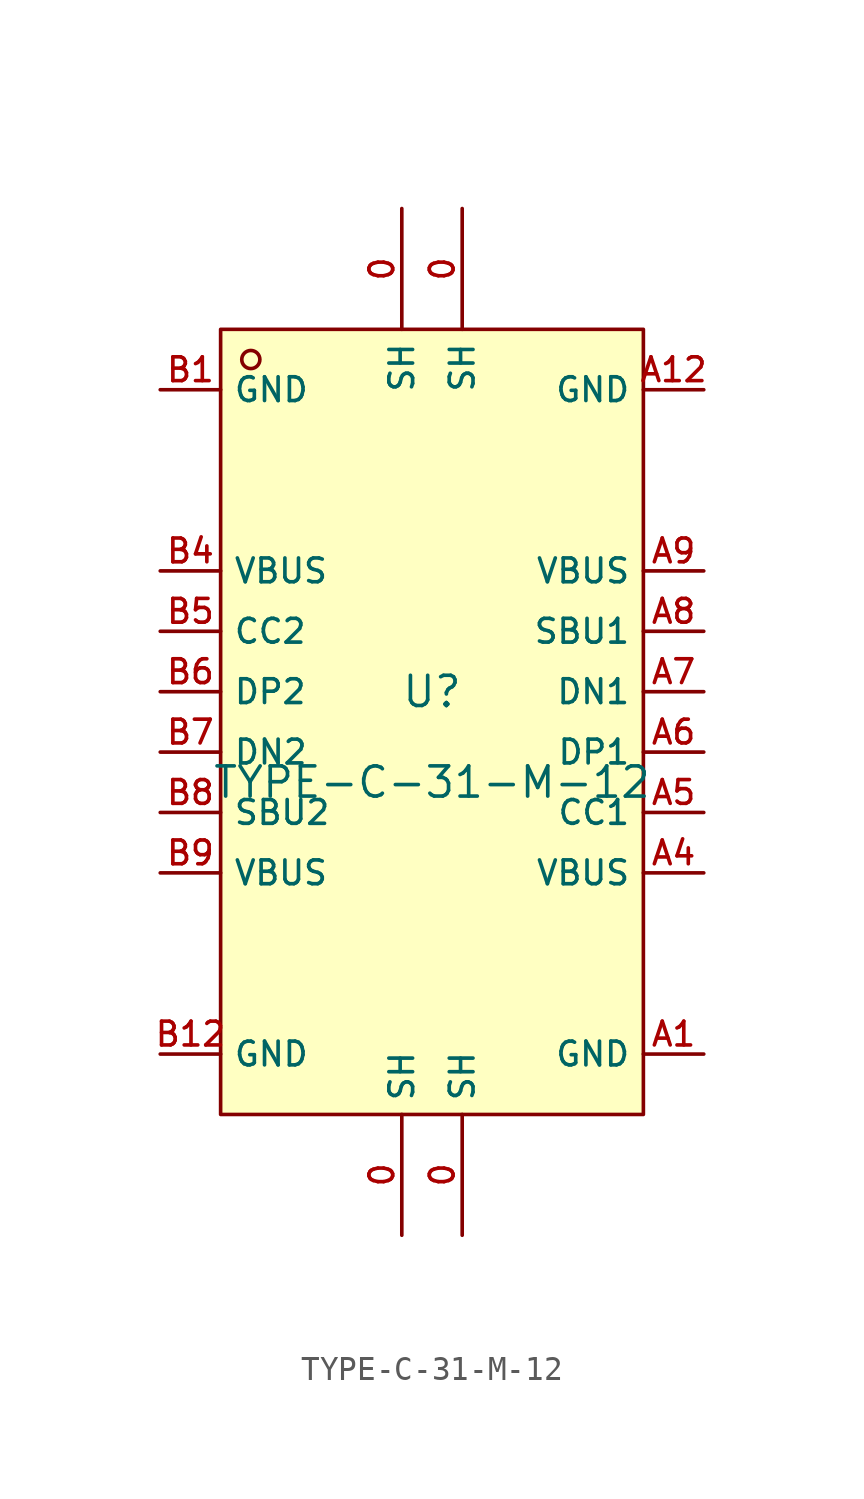
<source format=kicad_sym>
(kicad_symbol_lib
  (version 20210201)
  (generator TousstNicolas/JLC2KiCad_lib)
  (symbol "TYPE-C-31-M-12"
    (property "Reference" "U"
      (at 0 1.27 0)
      (effects (font (size 1.27 1.27))))
    (property "Value" "TYPE-C-31-M-12"
      (at 0 -2.54 0)
      (effects (font (size 1.27 1.27))))
    (symbol "TYPE-C-31-M-12_0_1"
      (rectangle (start -8.89 16.51) (end 8.89 -16.51) (stroke (width 0) (type default) (color 0 0 0 0)) (fill (type background)))
      (circle (center -7.62 15.24) (radius 0.381) (stroke (width 0) (type default) (color 0 0 0 0)) (fill (type background)))
      (pin unspecified line (at -11.43 13.97 0) (length 2.54) (name "GND" (effects (font (size 1 1)))) (number "B1" (effects (font (size 1 1)))))
      (pin unspecified line (at -11.43 6.35 0) (length 2.54) (name "VBUS" (effects (font (size 1 1)))) (number "B4" (effects (font (size 1 1)))))
      (pin unspecified line (at -11.43 3.81 0) (length 2.54) (name "CC2" (effects (font (size 1 1)))) (number "B5" (effects (font (size 1 1)))))
      (pin unspecified line (at -11.43 1.27 0) (length 2.54) (name "DP2" (effects (font (size 1 1)))) (number "B6" (effects (font (size 1 1)))))
      (pin unspecified line (at -11.43 -1.27 0) (length 2.54) (name "DN2" (effects (font (size 1 1)))) (number "B7" (effects (font (size 1 1)))))
      (pin unspecified line (at -11.43 -3.81 0) (length 2.54) (name "SBU2" (effects (font (size 1 1)))) (number "B8" (effects (font (size 1 1)))))
      (pin unspecified line (at -11.43 -6.35 0) (length 2.54) (name "VBUS" (effects (font (size 1 1)))) (number "B9" (effects (font (size 1 1)))))
      (pin unspecified line (at -11.43 -13.97 0) (length 2.54) (name "GND" (effects (font (size 1 1)))) (number "B12" (effects (font (size 1 1)))))
      (pin unspecified line (at -1.27 21.59 270) (length 5.08) (name "SH" (effects (font (size 1 1)))) (number "0" (effects (font (size 1 1)))))
      (pin unspecified line (at 1.27 21.59 270) (length 5.08) (name "SH" (effects (font (size 1 1)))) (number "0" (effects (font (size 1 1)))))
      (pin unspecified line (at -1.27 -21.59 90) (length 5.08) (name "SH" (effects (font (size 1 1)))) (number "0" (effects (font (size 1 1)))))
      (pin unspecified line (at 1.27 -21.59 90) (length 5.08) (name "SH" (effects (font (size 1 1)))) (number "0" (effects (font (size 1 1)))))
      (pin unspecified line (at 11.43 -13.97 180) (length 2.54) (name "GND" (effects (font (size 1 1)))) (number "A1" (effects (font (size 1 1)))))
      (pin unspecified line (at 11.43 -6.35 180) (length 2.54) (name "VBUS" (effects (font (size 1 1)))) (number "A4" (effects (font (size 1 1)))))
      (pin unspecified line (at 11.43 -3.81 180) (length 2.54) (name "CC1" (effects (font (size 1 1)))) (number "A5" (effects (font (size 1 1)))))
      (pin unspecified line (at 11.43 -1.27 180) (length 2.54) (name "DP1" (effects (font (size 1 1)))) (number "A6" (effects (font (size 1 1)))))
      (pin unspecified line (at 11.43 1.27 180) (length 2.54) (name "DN1" (effects (font (size 1 1)))) (number "A7" (effects (font (size 1 1)))))
      (pin unspecified line (at 11.43 3.81 180) (length 2.54) (name "SBU1" (effects (font (size 1 1)))) (number "A8" (effects (font (size 1 1)))))
      (pin unspecified line (at 11.43 6.35 180) (length 2.54) (name "VBUS" (effects (font (size 1 1)))) (number "A9" (effects (font (size 1 1)))))
      (pin unspecified line (at 11.43 13.97 180) (length 2.54) (name "GND" (effects (font (size 1 1)))) (number "A12" (effects (font (size 1 1))))))))
</source>
